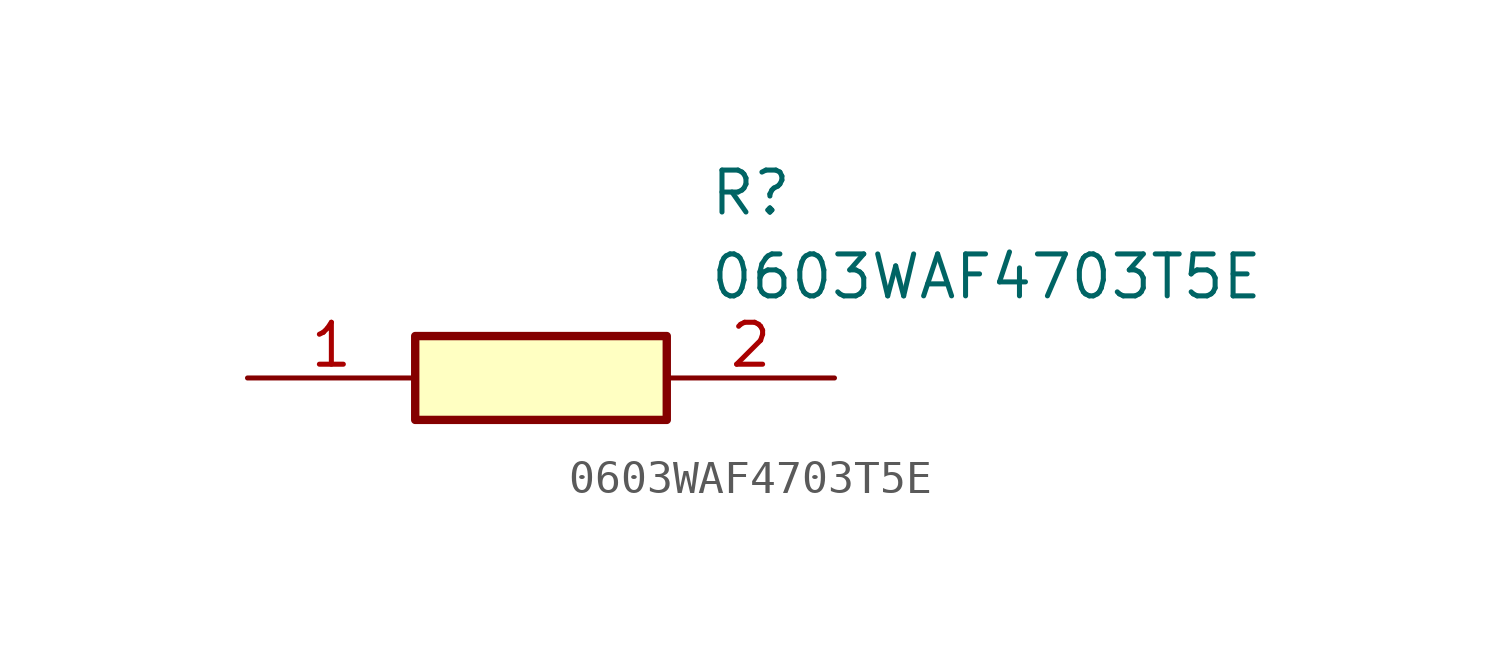
<source format=kicad_sym>
(kicad_symbol_lib
  (version 20211014)
  (generator SamacSys_ECAD_Model)
  (symbol "0603WAF4703T5E"
    (pin_names hide)
    (property "Reference" "R"
      (at 13.97 6.35 0)
      (effects (font (size 1.27 1.27)) (justify left top)))
    (property "Value" "0603WAF4703T5E"
      (at 13.97 3.81 0)
      (effects (font (size 1.27 1.27)) (justify left top)))
    (rectangle
      (start 5.08 1.27)
      (end 12.7 -1.27)
      (stroke (width 0.254) (type default))
      (fill (type background)))
    (pin passive line
      (at 0 0 0)
      (length 5.08)
      (name "1" (effects (font (size 1.27 1.27))))
      (number "1" (effects (font (size 1.27 1.27)))))
    (pin passive line
      (at 17.78 0 180)
      (length 5.08)
      (name "2" (effects (font (size 1.27 1.27))))
      (number "2" (effects (font (size 1.27 1.27)))))))
</source>
